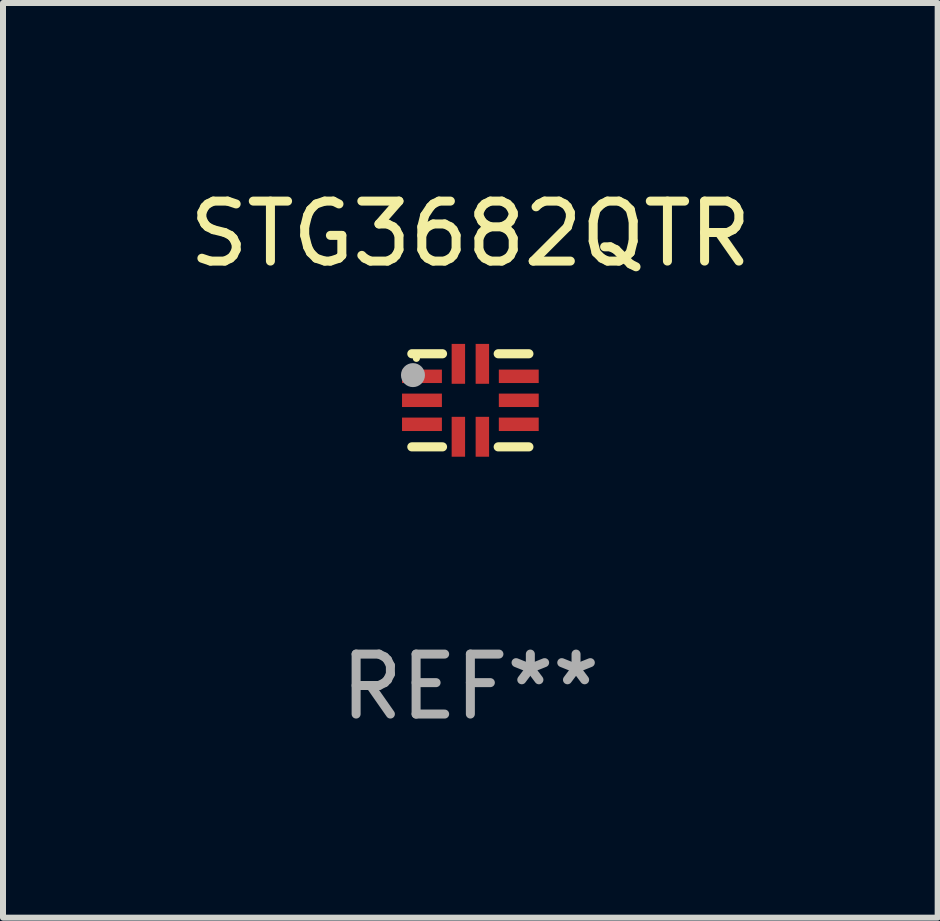
<source format=kicad_pcb>
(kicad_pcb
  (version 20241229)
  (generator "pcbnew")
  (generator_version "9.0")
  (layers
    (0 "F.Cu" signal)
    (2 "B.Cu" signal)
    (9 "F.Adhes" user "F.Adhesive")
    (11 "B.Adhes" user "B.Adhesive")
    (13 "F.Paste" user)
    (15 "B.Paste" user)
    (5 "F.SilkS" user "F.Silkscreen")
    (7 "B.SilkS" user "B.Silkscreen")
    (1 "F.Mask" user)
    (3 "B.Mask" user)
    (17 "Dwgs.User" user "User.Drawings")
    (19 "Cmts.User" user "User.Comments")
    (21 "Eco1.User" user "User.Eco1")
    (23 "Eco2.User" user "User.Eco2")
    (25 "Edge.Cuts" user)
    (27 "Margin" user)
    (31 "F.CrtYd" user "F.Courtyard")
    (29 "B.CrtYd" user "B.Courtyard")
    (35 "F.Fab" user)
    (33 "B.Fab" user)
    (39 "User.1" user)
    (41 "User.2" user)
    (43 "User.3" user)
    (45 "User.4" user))
  (footprint "STG3682QTR"
    (layer "F.Cu")
    (at 4.792 3.624)
    (property "Reference" "STG3682QTR" (at 0 -2.776 0) (layer "F.SilkS") (effects (font (size 1 1) (thickness 0.15))))
    (attr through_hole)
    (fp_line (start -0.976 -0.776) (end -0.464 -0.776) (stroke (width 0.152) (type solid)) (layer "F.SilkS"))
    (fp_line (start -0.976 0.776) (end -0.464 0.776) (stroke (width 0.152) (type solid)) (layer "F.SilkS"))
    (fp_line (start 0.976 -0.776) (end 0.464 -0.776) (stroke (width 0.152) (type solid)) (layer "F.SilkS"))
    (fp_line (start 0.976 0.776) (end 0.464 0.776) (stroke (width 0.152) (type solid)) (layer "F.SilkS"))
    (fp_circle (center -0.9 -0.7) (end -0.87 -0.7) (stroke (width 0.06) (type solid)) (fill no) (layer "F.SilkS"))
    (fp_circle (center -0.957 -0.42) (end -0.857 -0.42) (stroke (width 0.2) (type solid)) (fill no) (layer "F.Fab"))
    (fp_text user "REF**" (at 0 4.776 0) (layer "F.Fab") (effects (font (size 1 1) (thickness 0.15))))
    (pad "1" smd rect (at -0.807 -0.4) (size 0.665 0.224) (layers "F.Cu" "F.Mask" "F.Paste"))
    (pad "2" smd rect (at -0.807 0) (size 0.665 0.224) (layers "F.Cu" "F.Mask" "F.Paste"))
    (pad "3" smd rect (at -0.807 0.4) (size 0.665 0.224) (layers "F.Cu" "F.Mask" "F.Paste"))
    (pad "4" smd rect (at -0.2 0.608) (size 0.224 0.665) (layers "F.Cu" "F.Mask" "F.Paste"))
    (pad "5" smd rect (at 0.2 0.608) (size 0.224 0.665) (layers "F.Cu" "F.Mask" "F.Paste"))
    (pad "6" smd rect (at 0.807 0.4) (size 0.665 0.224) (layers "F.Cu" "F.Mask" "F.Paste"))
    (pad "7" smd rect (at 0.807 0) (size 0.665 0.224) (layers "F.Cu" "F.Mask" "F.Paste"))
    (pad "8" smd rect (at 0.807 -0.4) (size 0.665 0.224) (layers "F.Cu" "F.Mask" "F.Paste"))
    (pad "9" smd rect (at 0.2 -0.608) (size 0.224 0.665) (layers "F.Cu" "F.Mask" "F.Paste"))
    (pad "10" smd rect (at -0.2 -0.608) (size 0.224 0.665) (layers "F.Cu" "F.Mask" "F.Paste")))
  (gr_rect
    (start -3 -3)
    (end 12.583 12.249)
    (stroke (width 0.1) (type default))
    (fill no)
    (layer "Edge.Cuts")))
</source>
